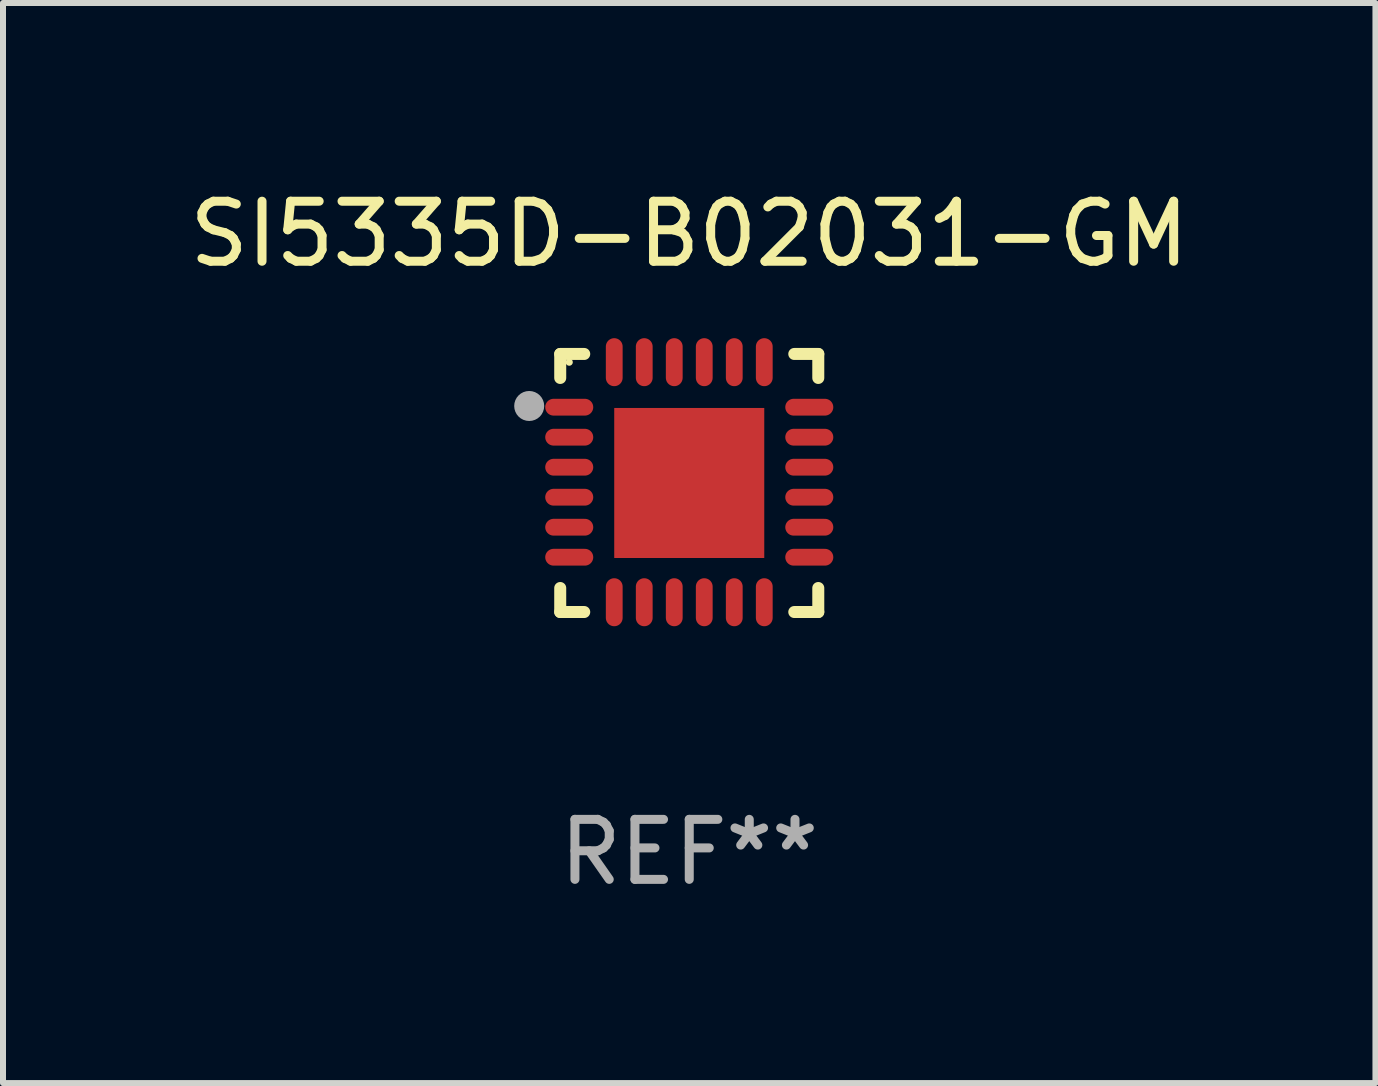
<source format=kicad_pcb>
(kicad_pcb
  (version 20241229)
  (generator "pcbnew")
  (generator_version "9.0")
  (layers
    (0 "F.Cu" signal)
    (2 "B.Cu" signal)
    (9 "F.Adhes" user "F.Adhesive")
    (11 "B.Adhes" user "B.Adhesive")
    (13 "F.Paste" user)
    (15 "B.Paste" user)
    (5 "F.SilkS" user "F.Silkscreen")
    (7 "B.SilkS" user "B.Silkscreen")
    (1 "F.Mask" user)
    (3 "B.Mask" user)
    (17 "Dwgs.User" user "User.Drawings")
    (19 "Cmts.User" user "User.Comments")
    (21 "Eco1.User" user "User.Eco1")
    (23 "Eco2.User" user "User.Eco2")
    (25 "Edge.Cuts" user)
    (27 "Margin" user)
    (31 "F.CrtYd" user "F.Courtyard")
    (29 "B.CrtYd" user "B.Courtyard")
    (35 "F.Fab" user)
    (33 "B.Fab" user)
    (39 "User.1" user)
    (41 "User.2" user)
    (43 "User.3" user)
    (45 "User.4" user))
  (footprint "SI5335D-B02031-GM"
    (layer "F.Cu")
    (at 8.435 4.998)
    (property "Reference" "SI5335D-B02031-GM" (at 0 -4.15 0) (layer "F.SilkS") (effects (font (size 1 1) (thickness 0.15))))
    (attr through_hole)
    (fp_line (start -2.15 -2.15) (end -1.75 -2.15) (stroke (width 0.2) (type solid)) (layer "F.SilkS"))
    (fp_line (start -2.15 -1.75) (end -2.15 -2.15) (stroke (width 0.2) (type solid)) (layer "F.SilkS"))
    (fp_line (start -2.15 2.15) (end -2.15 1.75) (stroke (width 0.2) (type solid)) (layer "F.SilkS"))
    (fp_line (start -1.75 2.15) (end -2.15 2.15) (stroke (width 0.2) (type solid)) (layer "F.SilkS"))
    (fp_line (start 1.75 -2.15) (end 2.15 -2.15) (stroke (width 0.2) (type solid)) (layer "F.SilkS"))
    (fp_line (start 1.75 2.15) (end 2.15 2.15) (stroke (width 0.2) (type solid)) (layer "F.SilkS"))
    (fp_line (start 2.15 -2.15) (end 2.15 -1.75) (stroke (width 0.2) (type solid)) (layer "F.SilkS"))
    (fp_line (start 2.15 2.15) (end 2.15 1.75) (stroke (width 0.2) (type solid)) (layer "F.SilkS"))
    (fp_circle (center -2 -2.013) (end -1.97 -2.013) (stroke (width 0.06) (type solid)) (fill no) (layer "F.SilkS"))
    (fp_circle (center -2.667 -1.283) (end -2.542 -1.283) (stroke (width 0.25) (type solid)) (fill no) (layer "F.Fab"))
    (fp_text user "REF**" (at 0 6.15 0) (layer "F.Fab") (effects (font (size 1 1) (thickness 0.15))))
    (pad "1" smd oval (at -2 -1.263) (size 0.8 0.28) (layers "F.Cu" "F.Mask" "F.Paste"))
    (pad "2" smd oval (at -2 -0.763) (size 0.8 0.28) (layers "F.Cu" "F.Mask" "F.Paste"))
    (pad "3" smd oval (at -2 -0.263) (size 0.8 0.28) (layers "F.Cu" "F.Mask" "F.Paste"))
    (pad "4" smd oval (at -2 0.237) (size 0.8 0.28) (layers "F.Cu" "F.Mask" "F.Paste"))
    (pad "5" smd oval (at -2 0.737) (size 0.8 0.28) (layers "F.Cu" "F.Mask" "F.Paste"))
    (pad "6" smd oval (at -2 1.237) (size 0.8 0.28) (layers "F.Cu" "F.Mask" "F.Paste"))
    (pad "7" smd oval (at -1.25 1.987) (size 0.28 0.8) (layers "F.Cu" "F.Mask" "F.Paste"))
    (pad "8" smd oval (at -0.75 1.987) (size 0.28 0.8) (layers "F.Cu" "F.Mask" "F.Paste"))
    (pad "9" smd oval (at -0.25 1.987) (size 0.28 0.8) (layers "F.Cu" "F.Mask" "F.Paste"))
    (pad "10" smd oval (at 0.25 1.987) (size 0.28 0.8) (layers "F.Cu" "F.Mask" "F.Paste"))
    (pad "11" smd oval (at 0.75 1.987) (size 0.28 0.8) (layers "F.Cu" "F.Mask" "F.Paste"))
    (pad "12" smd oval (at 1.25 1.987) (size 0.28 0.8) (layers "F.Cu" "F.Mask" "F.Paste"))
    (pad "13" smd oval (at 2 1.237) (size 0.8 0.28) (layers "F.Cu" "F.Mask" "F.Paste"))
    (pad "14" smd oval (at 2 0.737) (size 0.8 0.28) (layers "F.Cu" "F.Mask" "F.Paste"))
    (pad "15" smd oval (at 2 0.237) (size 0.8 0.28) (layers "F.Cu" "F.Mask" "F.Paste"))
    (pad "16" smd oval (at 2 -0.263) (size 0.8 0.28) (layers "F.Cu" "F.Mask" "F.Paste"))
    (pad "17" smd oval (at 2 -0.763) (size 0.8 0.28) (layers "F.Cu" "F.Mask" "F.Paste"))
    (pad "18" smd oval (at 2 -1.263) (size 0.8 0.28) (layers "F.Cu" "F.Mask" "F.Paste"))
    (pad "19" smd oval (at 1.25 -2.013) (size 0.28 0.8) (layers "F.Cu" "F.Mask" "F.Paste"))
    (pad "20" smd oval (at 0.75 -2.013) (size 0.28 0.8) (layers "F.Cu" "F.Mask" "F.Paste"))
    (pad "21" smd oval (at 0.25 -2.013) (size 0.28 0.8) (layers "F.Cu" "F.Mask" "F.Paste"))
    (pad "22" smd oval (at -0.25 -2.013) (size 0.28 0.8) (layers "F.Cu" "F.Mask" "F.Paste"))
    (pad "23" smd oval (at -0.75 -2.013) (size 0.28 0.8) (layers "F.Cu" "F.Mask" "F.Paste"))
    (pad "24" smd oval (at -1.25 -2.013) (size 0.28 0.8) (layers "F.Cu" "F.Mask" "F.Paste"))
    (pad "25" smd rect (at -0.000127 -0.00014) (size 2.5 2.5) (layers "F.Cu" "F.Mask" "F.Paste")))
  (gr_rect
    (start -3 -3)
    (end 19.869 14.997)
    (stroke (width 0.1) (type default))
    (fill no)
    (layer "Edge.Cuts")))
</source>
